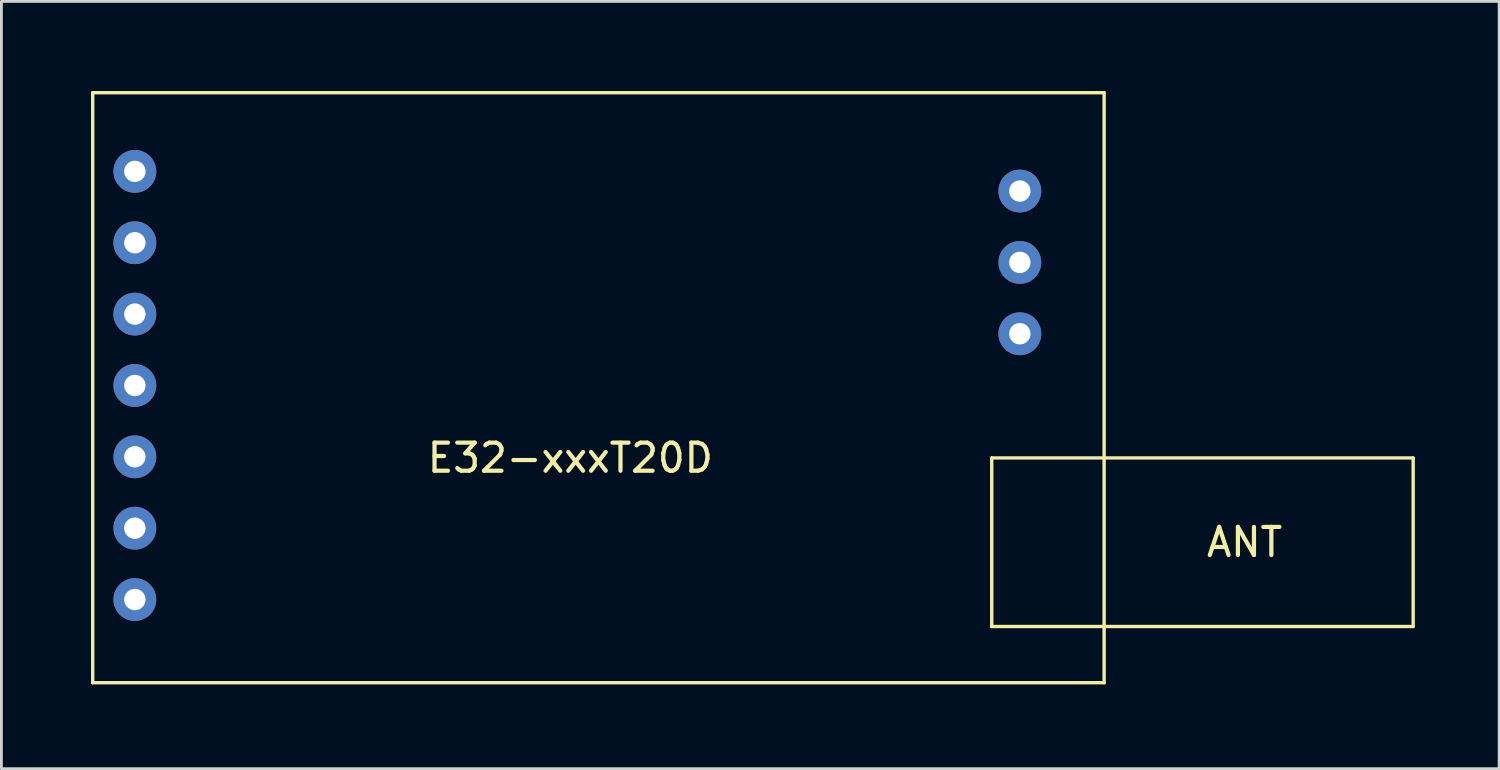
<source format=kicad_pcb>
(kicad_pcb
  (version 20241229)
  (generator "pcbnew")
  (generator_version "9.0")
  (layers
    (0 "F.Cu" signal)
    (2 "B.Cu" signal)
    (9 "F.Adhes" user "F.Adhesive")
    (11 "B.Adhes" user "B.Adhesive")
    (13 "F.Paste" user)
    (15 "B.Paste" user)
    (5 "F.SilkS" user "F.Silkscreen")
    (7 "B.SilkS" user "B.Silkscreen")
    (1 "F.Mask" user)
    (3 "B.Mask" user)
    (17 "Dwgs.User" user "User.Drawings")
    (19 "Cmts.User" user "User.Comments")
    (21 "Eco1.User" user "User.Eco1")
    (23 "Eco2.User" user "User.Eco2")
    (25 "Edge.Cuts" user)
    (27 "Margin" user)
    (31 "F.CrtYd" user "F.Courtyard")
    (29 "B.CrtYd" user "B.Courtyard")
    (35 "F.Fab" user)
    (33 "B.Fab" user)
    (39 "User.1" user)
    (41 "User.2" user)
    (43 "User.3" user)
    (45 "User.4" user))
  (footprint "E32-xxxT20D"
    (layer "F.Cu")
    (at 0.25 0.25)
    (property "Reference" "E32-xxxT20D" (at 17 13 0) (layer "F.SilkS") (effects (font (size 1 1) (thickness 0.15))))
    (attr through_hole)
    (fp_line (start 0 0) (end 0 21) (stroke (width 0.12) (type solid)) (layer "F.SilkS"))
    (fp_line (start 0 21) (end 36 21) (stroke (width 0.12) (type solid)) (layer "F.SilkS"))
    (fp_line (start 32 13) (end 47 13) (stroke (width 0.12) (type solid)) (layer "F.SilkS"))
    (fp_line (start 32 19) (end 32 13) (stroke (width 0.12) (type solid)) (layer "F.SilkS"))
    (fp_line (start 36 0) (end 0 0) (stroke (width 0.12) (type solid)) (layer "F.SilkS"))
    (fp_line (start 36 21) (end 36 0) (stroke (width 0.12) (type solid)) (layer "F.SilkS"))
    (fp_line (start 47 13) (end 47 19) (stroke (width 0.12) (type solid)) (layer "F.SilkS"))
    (fp_line (start 47 19) (end 32 19) (stroke (width 0.12) (type solid)) (layer "F.SilkS"))
    (fp_text user "ANT" (at 41 16 0) (layer "F.SilkS") (effects (font (size 1 1) (thickness 0.15))))
    (pad "1" thru_hole circle (at 1.5 2.8) (size 1.524 1.524) (drill 0.762) (layers "*.Cu" "*.Mask"))
    (pad "2" thru_hole circle (at 1.5 5.34) (size 1.524 1.524) (drill 0.762) (layers "*.Cu" "*.Mask"))
    (pad "3" thru_hole circle (at 1.5 7.88) (size 1.524 1.524) (drill 0.762) (layers "*.Cu" "*.Mask"))
    (pad "4" thru_hole circle (at 1.5 10.42) (size 1.524 1.524) (drill 0.762) (layers "*.Cu" "*.Mask"))
    (pad "5" thru_hole circle (at 1.5 12.96) (size 1.524 1.524) (drill 0.762) (layers "*.Cu" "*.Mask"))
    (pad "6" thru_hole circle (at 1.5 15.5) (size 1.524 1.524) (drill 0.762) (layers "*.Cu" "*.Mask"))
    (pad "7" thru_hole circle (at 1.5 18.04) (size 1.524 1.524) (drill 0.762) (layers "*.Cu" "*.Mask"))
    (pad "8" thru_hole circle (at 33 8.58) (size 1.524 1.524) (drill 0.762) (layers "*.Cu" "*.Mask"))
    (pad "9" thru_hole circle (at 33 6.04) (size 1.524 1.524) (drill 0.762) (layers "*.Cu" "*.Mask"))
    (pad "10" thru_hole circle (at 33 3.5) (size 1.524 1.524) (drill 0.762) (layers "*.Cu" "*.Mask")))
  (gr_rect
    (start -3 -3)
    (end 50.31 24.31)
    (stroke (width 0.1) (type default))
    (fill no)
    (layer "Edge.Cuts")))
</source>
